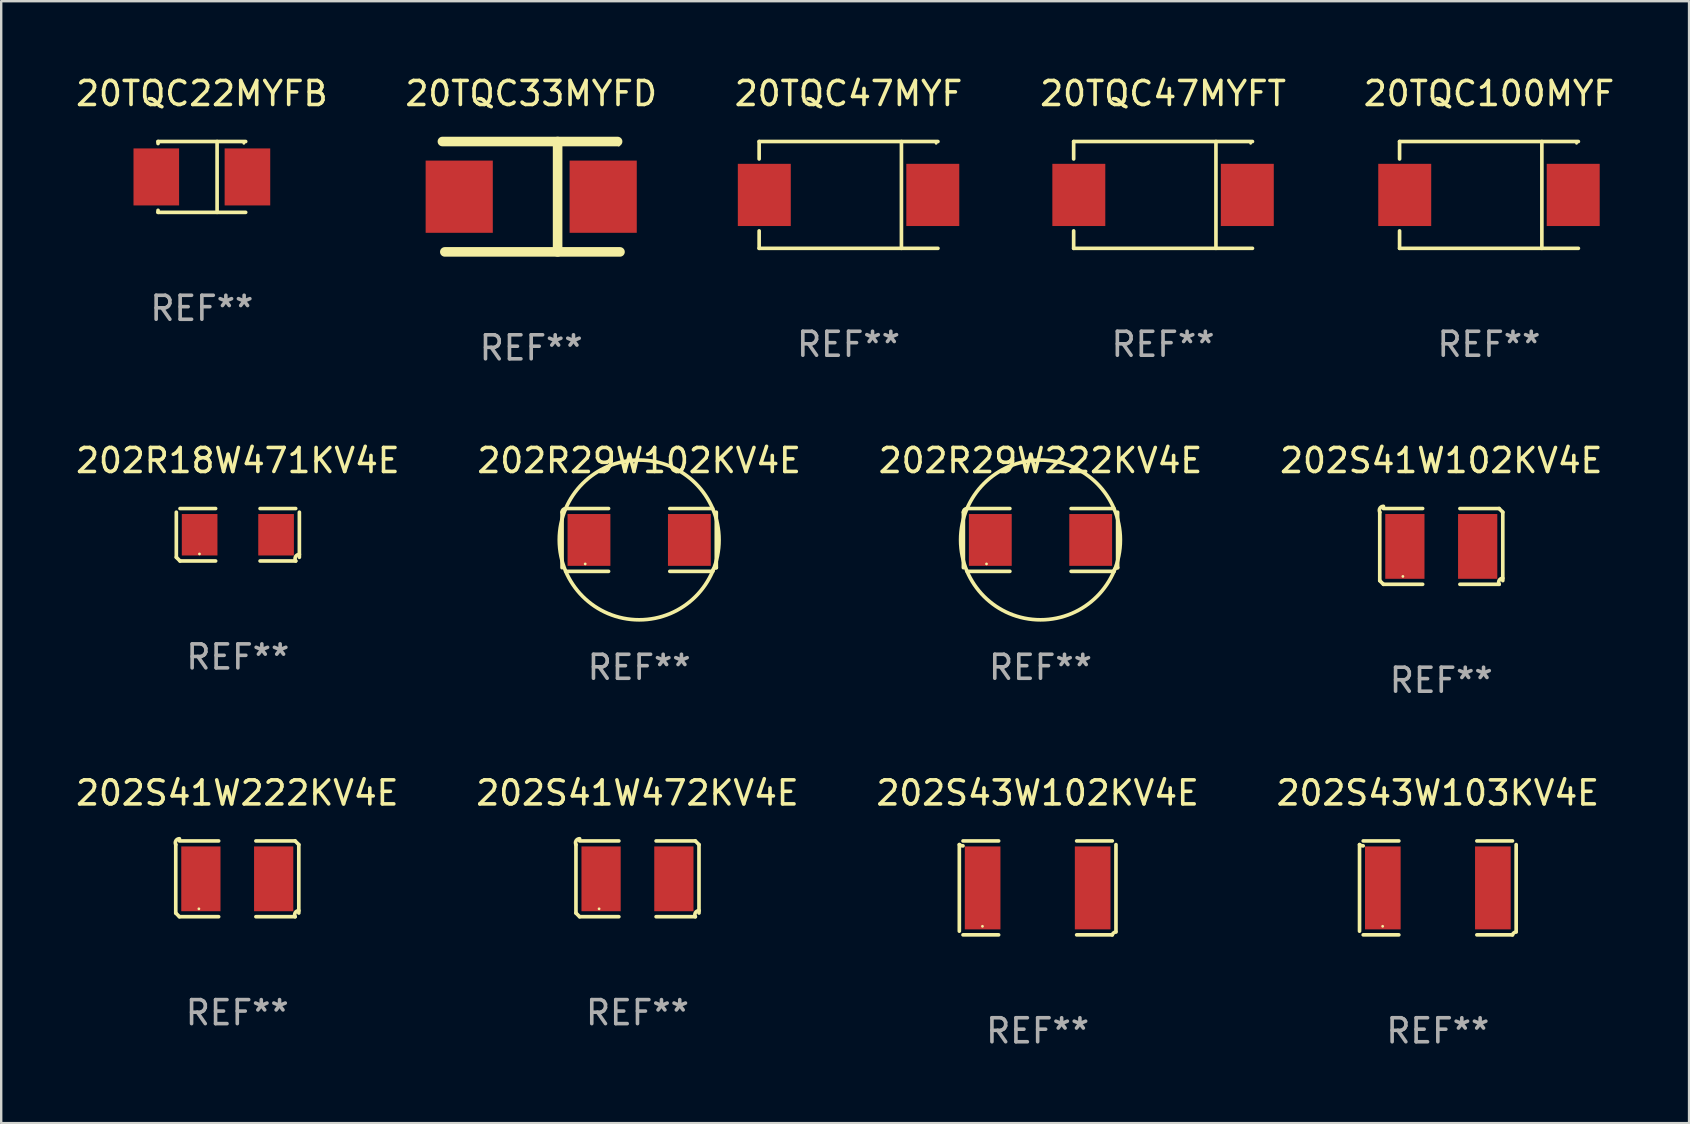
<source format=kicad_pcb>
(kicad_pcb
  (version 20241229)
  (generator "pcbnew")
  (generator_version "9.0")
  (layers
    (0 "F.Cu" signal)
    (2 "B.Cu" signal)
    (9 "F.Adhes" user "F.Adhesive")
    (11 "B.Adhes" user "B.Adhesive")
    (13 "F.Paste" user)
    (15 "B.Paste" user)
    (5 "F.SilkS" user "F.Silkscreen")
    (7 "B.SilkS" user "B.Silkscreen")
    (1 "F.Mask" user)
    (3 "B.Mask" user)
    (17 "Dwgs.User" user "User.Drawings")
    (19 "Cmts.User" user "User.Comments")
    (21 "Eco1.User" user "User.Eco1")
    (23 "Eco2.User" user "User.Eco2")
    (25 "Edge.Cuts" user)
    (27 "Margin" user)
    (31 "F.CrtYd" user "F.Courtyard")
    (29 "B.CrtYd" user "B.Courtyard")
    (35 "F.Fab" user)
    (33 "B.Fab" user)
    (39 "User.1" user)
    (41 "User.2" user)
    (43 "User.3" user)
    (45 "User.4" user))
  (footprint "20TQC22MYFB"
    (layer "F.Cu")
    (at 5.363 4.324)
    (property "Reference" "20TQC22MYFB" (at 0 -3.476 0) (layer "F.SilkS") (effects (font (size 1 1) (thickness 0.15))))
    (attr through_hole)
    (fp_line (start -1.826 -1.476) (end -1.826 -1.391) (stroke (width 0.152) (type solid)) (layer "F.SilkS"))
    (fp_line (start -1.826 -1.476) (end 1.826 -1.476) (stroke (width 0.152) (type solid)) (layer "F.SilkS"))
    (fp_line (start -1.826 1.476) (end -1.826 1.391) (stroke (width 0.152) (type solid)) (layer "F.SilkS"))
    (fp_line (start -1.826 1.476) (end 1.826 1.476) (stroke (width 0.152) (type solid)) (layer "F.SilkS"))
    (fp_line (start 0.635 -1.476) (end 0.635 1.476) (stroke (width 0.152) (type solid)) (layer "F.SilkS"))
    (fp_circle (center 1.75 -1.4) (end 1.78 -1.4) (stroke (width 0.06) (type solid)) (fill no) (layer "F.SilkS"))
    (fp_text user "REF**" (at 0 5.476 0) (layer "F.Fab") (effects (font (size 1 1) (thickness 0.15))))
    (pad "1" smd rect (at 1.899 0) (size 1.9 2.376) (layers "F.Cu" "F.Mask" "F.Paste"))
    (pad "2" smd rect (at -1.899 0) (size 1.9 2.376) (layers "F.Cu" "F.Mask" "F.Paste")))
  (footprint "202S41W102KV4E"
    (layer "F.Cu")
    (at 57.018 19.723)
    (property "Reference" "202S41W102KV4E" (at 0 -3.579 0) (layer "F.SilkS") (effects (font (size 1 1) (thickness 0.15))))
    (attr through_hole)
    (fp_line (start -2.564 1.426) (end -2.564 -1.426) (stroke (width 0.152) (type solid)) (layer "F.SilkS"))
    (fp_line (start -2.411 -1.579) (end -0.776 -1.579) (stroke (width 0.152) (type solid)) (layer "F.SilkS"))
    (fp_line (start -0.776 1.579) (end -2.411 1.579) (stroke (width 0.152) (type solid)) (layer "F.SilkS"))
    (fp_line (start 0.776 1.579) (end 2.411 1.579) (stroke (width 0.152) (type solid)) (layer "F.SilkS"))
    (fp_line (start 2.411 -1.579) (end 0.776 -1.579) (stroke (width 0.152) (type solid)) (layer "F.SilkS"))
    (fp_line (start 2.564 1.426) (end 2.564 -1.426) (stroke (width 0.152) (type solid)) (layer "F.SilkS"))
    (fp_arc (start -2.563602 -1.426213) (mid -2.555597 -1.591233) (end -2.411201 -1.671518) (stroke (width 0.1524) (type solid)) (layer "F.SilkS"))
    (fp_arc (start -2.5636 1.426214) (mid -2.487389 1.502402) (end -2.411201 1.578613) (stroke (width 0.1524) (type solid)) (layer "F.SilkS"))
    (fp_arc (start 2.411197 -1.578618) (mid 2.487403 -1.502419) (end 2.563602 -1.426213) (stroke (width 0.1524) (type solid)) (layer "F.SilkS"))
    (fp_arc (start 2.411201 1.578613) (mid 2.416214 1.409455) (end 2.563602 1.32629) (stroke (width 0.1524) (type solid)) (layer "F.SilkS"))
    (fp_circle (center -1.6 1.25) (end -1.57 1.25) (stroke (width 0.06) (type solid)) (fill no) (layer "F.SilkS"))
    (fp_text user "REF**" (at 0 5.579 0) (layer "F.Fab") (effects (font (size 1 1) (thickness 0.15))))
    (pad "1" smd rect (at -1.517 0) (size 1.635 2.7) (layers "F.Cu" "F.Mask" "F.Paste"))
    (pad "2" smd rect (at 1.517 0) (size 1.635 2.7) (layers "F.Cu" "F.Mask" "F.Paste")))
  (footprint "20TQC100MYF"
    (layer "F.Cu")
    (at 59.006 5.074)
    (property "Reference" "20TQC100MYF" (at 0 -4.226 0) (layer "F.SilkS") (effects (font (size 1 1) (thickness 0.15))))
    (attr through_hole)
    (fp_line (start -3.726 -2.226) (end -3.726 -1.499) (stroke (width 0.152) (type solid)) (layer "F.SilkS"))
    (fp_line (start -3.726 -2.226) (end 3.726 -2.226) (stroke (width 0.152) (type solid)) (layer "F.SilkS"))
    (fp_line (start -3.726 2.226) (end -3.726 1.499) (stroke (width 0.152) (type solid)) (layer "F.SilkS"))
    (fp_line (start -3.726 2.226) (end 3.726 2.226) (stroke (width 0.152) (type solid)) (layer "F.SilkS"))
    (fp_line (start 2.204 -2.226) (end 2.204 2.226) (stroke (width 0.152) (type solid)) (layer "F.SilkS"))
    (fp_circle (center 3.65 -2.15) (end 3.68 -2.15) (stroke (width 0.06) (type solid)) (fill no) (layer "F.SilkS"))
    (fp_text user "REF**" (at 0 6.226 0) (layer "F.Fab") (effects (font (size 1 1) (thickness 0.15))))
    (pad "1" smd rect (at 3.511 0) (size 2.207 2.592) (layers "F.Cu" "F.Mask" "F.Paste"))
    (pad "2" smd rect (at -3.511 0) (size 2.207 2.592) (layers "F.Cu" "F.Mask" "F.Paste")))
  (footprint "202S43W103KV4E"
    (layer "F.Cu")
    (at 56.875 33.955)
    (property "Reference" "202S43W103KV4E" (at 0 -3.957 0) (layer "F.SilkS") (effects (font (size 1 1) (thickness 0.15))))
    (attr through_hole)
    (fp_line (start -3.264 1.804) (end -3.264 -1.804) (stroke (width 0.152) (type solid)) (layer "F.SilkS"))
    (fp_line (start -3.111 -1.957) (end -1.626 -1.957) (stroke (width 0.152) (type solid)) (layer "F.SilkS"))
    (fp_line (start -1.626 1.957) (end -3.111 1.957) (stroke (width 0.152) (type solid)) (layer "F.SilkS"))
    (fp_line (start 1.626 1.957) (end 3.111 1.957) (stroke (width 0.152) (type solid)) (layer "F.SilkS"))
    (fp_line (start 3.111 -1.957) (end 1.626 -1.957) (stroke (width 0.152) (type solid)) (layer "F.SilkS"))
    (fp_line (start 3.264 1.804) (end 3.264 -1.804) (stroke (width 0.152) (type solid)) (layer "F.SilkS"))
    (fp_arc (start -3.111202 -1.752192) (mid -3.191715 -1.76555) (end -3.263602 -1.804191) (stroke (width 0.1524) (type solid)) (layer "F.SilkS"))
    (fp_arc (start 3.111201 1.956591) (mid 3.167789 1.872777) (end 3.263602 1.840424) (stroke (width 0.1524) (type solid)) (layer "F.SilkS"))
    (fp_circle (center -2.3 1.6) (end -2.27 1.6) (stroke (width 0.06) (type solid)) (fill no) (layer "F.SilkS"))
    (fp_text user "REF**" (at 0 5.957 0) (layer "F.Fab") (effects (font (size 1 1) (thickness 0.15))))
    (pad "1" smd rect (at -2.293 0) (size 1.485 3.456) (layers "F.Cu" "F.Mask" "F.Paste"))
    (pad "2" smd rect (at 2.293 0) (size 1.485 3.456) (layers "F.Cu" "F.Mask" "F.Paste")))
  (footprint "20TQC33MYFD"
    (layer "F.Cu")
    (at 19.089 5.148)
    (property "Reference" "20TQC33MYFD" (at 0 -4.3 0) (layer "F.SilkS") (effects (font (size 1 1) (thickness 0.15))))
    (attr through_hole)
    (fp_line (start -3.7 -2.3) (end 3.6 -2.3) (stroke (width 0.4) (type solid)) (layer "F.SilkS"))
    (fp_line (start 1.1 2.3) (end 1.101 -2.3) (stroke (width 0.4) (type solid)) (layer "F.SilkS"))
    (fp_line (start 3.7 2.3) (end -3.6 2.3) (stroke (width 0.4) (type solid)) (layer "F.SilkS"))
    (fp_circle (center 3.65 -2.15) (end 3.68 -2.15) (stroke (width 0.06) (type solid)) (fill no) (layer "F.SilkS"))
    (fp_text user "REF**" (at 0 6.3 0) (layer "F.Fab") (effects (font (size 1 1) (thickness 0.15))))
    (pad "1" smd rect (at 3 0 180) (size 2.799 3.01) (layers "F.Cu" "F.Mask" "F.Paste"))
    (pad "2" smd rect (at -3 0 180) (size 2.799 3.01) (layers "F.Cu" "F.Mask" "F.Paste")))
  (footprint "20TQC47MYFT"
    (layer "F.Cu")
    (at 45.423 5.074)
    (property "Reference" "20TQC47MYFT" (at 0 -4.226 0) (layer "F.SilkS") (effects (font (size 1 1) (thickness 0.15))))
    (attr through_hole)
    (fp_line (start -3.726 -2.226) (end -3.726 -1.499) (stroke (width 0.152) (type solid)) (layer "F.SilkS"))
    (fp_line (start -3.726 -2.226) (end 3.726 -2.226) (stroke (width 0.152) (type solid)) (layer "F.SilkS"))
    (fp_line (start -3.726 2.226) (end -3.726 1.499) (stroke (width 0.152) (type solid)) (layer "F.SilkS"))
    (fp_line (start -3.726 2.226) (end 3.726 2.226) (stroke (width 0.152) (type solid)) (layer "F.SilkS"))
    (fp_line (start 2.204 -2.226) (end 2.204 2.226) (stroke (width 0.152) (type solid)) (layer "F.SilkS"))
    (fp_circle (center 3.65 -2.15) (end 3.68 -2.15) (stroke (width 0.06) (type solid)) (fill no) (layer "F.SilkS"))
    (fp_text user "REF**" (at 0 6.226 0) (layer "F.Fab") (effects (font (size 1 1) (thickness 0.15))))
    (pad "1" smd rect (at 3.511 0) (size 2.207 2.592) (layers "F.Cu" "F.Mask" "F.Paste"))
    (pad "2" smd rect (at -3.511 0) (size 2.207 2.592) (layers "F.Cu" "F.Mask" "F.Paste")))
  (footprint "202S41W472KV4E"
    (layer "F.Cu")
    (at 23.518 33.577)
    (property "Reference" "202S41W472KV4E" (at 0 -3.579 0) (layer "F.SilkS") (effects (font (size 1 1) (thickness 0.15))))
    (attr through_hole)
    (fp_line (start -2.564 1.426) (end -2.564 -1.426) (stroke (width 0.152) (type solid)) (layer "F.SilkS"))
    (fp_line (start -2.411 -1.579) (end -0.776 -1.579) (stroke (width 0.152) (type solid)) (layer "F.SilkS"))
    (fp_line (start -0.776 1.579) (end -2.411 1.579) (stroke (width 0.152) (type solid)) (layer "F.SilkS"))
    (fp_line (start 0.776 1.579) (end 2.411 1.579) (stroke (width 0.152) (type solid)) (layer "F.SilkS"))
    (fp_line (start 2.411 -1.579) (end 0.776 -1.579) (stroke (width 0.152) (type solid)) (layer "F.SilkS"))
    (fp_line (start 2.564 1.426) (end 2.564 -1.426) (stroke (width 0.152) (type solid)) (layer "F.SilkS"))
    (fp_arc (start -2.563602 -1.426213) (mid -2.555597 -1.591233) (end -2.411201 -1.671518) (stroke (width 0.1524) (type solid)) (layer "F.SilkS"))
    (fp_arc (start -2.5636 1.426214) (mid -2.487389 1.502402) (end -2.411201 1.578613) (stroke (width 0.1524) (type solid)) (layer "F.SilkS"))
    (fp_arc (start 2.411197 -1.578618) (mid 2.487403 -1.502419) (end 2.563602 -1.426213) (stroke (width 0.1524) (type solid)) (layer "F.SilkS"))
    (fp_arc (start 2.411201 1.578613) (mid 2.416214 1.409455) (end 2.563602 1.32629) (stroke (width 0.1524) (type solid)) (layer "F.SilkS"))
    (fp_circle (center -1.6 1.25) (end -1.57 1.25) (stroke (width 0.06) (type solid)) (fill no) (layer "F.SilkS"))
    (fp_text user "REF**" (at 0 5.579 0) (layer "F.Fab") (effects (font (size 1 1) (thickness 0.15))))
    (pad "1" smd rect (at -1.517 0) (size 1.635 2.7) (layers "F.Cu" "F.Mask" "F.Paste"))
    (pad "2" smd rect (at 1.517 0) (size 1.635 2.7) (layers "F.Cu" "F.Mask" "F.Paste")))
  (footprint "202R29W102KV4E"
    (layer "F.Cu")
    (at 23.589 19.453)
    (property "Reference" "202R29W102KV4E" (at 0 -3.309 0) (layer "F.SilkS") (effects (font (size 1 1) (thickness 0.15))))
    (attr through_hole)
    (fp_line (start -3.214 -1.156) (end -3.214 1.156) (stroke (width 0.152) (type solid)) (layer "F.SilkS"))
    (fp_line (start -3.061 1.309) (end -1.276 1.309) (stroke (width 0.152) (type solid)) (layer "F.SilkS"))
    (fp_line (start -1.276 -1.309) (end -3.061 -1.309) (stroke (width 0.152) (type solid)) (layer "F.SilkS"))
    (fp_line (start 1.276 -1.309) (end 3.061 -1.309) (stroke (width 0.152) (type solid)) (layer "F.SilkS"))
    (fp_line (start 3.061 1.309) (end 1.276 1.309) (stroke (width 0.152) (type solid)) (layer "F.SilkS"))
    (fp_line (start 3.214 -1.156) (end 3.214 1.156) (stroke (width 0.152) (type solid)) (layer "F.SilkS"))
    (fp_arc (start -3.21359 -1.15621) (mid -3.168953 -1.263974) (end -3.061189 -1.308611) (stroke (width 0.1524) (type solid)) (layer "F.SilkS"))
    (fp_arc (start 3.061188 1.308611) (mid 3.105825 1.200847) (end 3.213589 1.15621) (stroke (width 0.1524) (type solid)) (layer "F.SilkS"))
    (fp_arc (start 3.061189 -1.308611) (mid -3.061167 1.308589) (end 3.061189 -1.308611) (stroke (width 0.1524) (type solid)) (layer "F.SilkS"))
    (fp_circle (center -2.25 1) (end -2.22 1) (stroke (width 0.06) (type solid)) (fill no) (layer "F.SilkS"))
    (fp_text user "REF**" (at 0 5.309 0) (layer "F.Fab") (effects (font (size 1 1) (thickness 0.15))))
    (pad "1" smd rect (at -2.092 0) (size 1.785 2.16) (layers "F.Cu" "F.Mask" "F.Paste"))
    (pad "2" smd rect (at 2.092 0) (size 1.785 2.16) (layers "F.Cu" "F.Mask" "F.Paste")))
  (footprint "202S41W222KV4E"
    (layer "F.Cu")
    (at 6.839 33.577)
    (property "Reference" "202S41W222KV4E" (at 0 -3.579 0) (layer "F.SilkS") (effects (font (size 1 1) (thickness 0.15))))
    (attr through_hole)
    (fp_line (start -2.564 1.426) (end -2.564 -1.426) (stroke (width 0.152) (type solid)) (layer "F.SilkS"))
    (fp_line (start -2.411 -1.579) (end -0.776 -1.579) (stroke (width 0.152) (type solid)) (layer "F.SilkS"))
    (fp_line (start -0.776 1.579) (end -2.411 1.579) (stroke (width 0.152) (type solid)) (layer "F.SilkS"))
    (fp_line (start 0.776 1.579) (end 2.411 1.579) (stroke (width 0.152) (type solid)) (layer "F.SilkS"))
    (fp_line (start 2.411 -1.579) (end 0.776 -1.579) (stroke (width 0.152) (type solid)) (layer "F.SilkS"))
    (fp_line (start 2.564 1.426) (end 2.564 -1.426) (stroke (width 0.152) (type solid)) (layer "F.SilkS"))
    (fp_arc (start -2.563602 -1.426213) (mid -2.555597 -1.591233) (end -2.411201 -1.671518) (stroke (width 0.1524) (type solid)) (layer "F.SilkS"))
    (fp_arc (start -2.5636 1.426214) (mid -2.487389 1.502402) (end -2.411201 1.578613) (stroke (width 0.1524) (type solid)) (layer "F.SilkS"))
    (fp_arc (start 2.411197 -1.578618) (mid 2.487403 -1.502419) (end 2.563602 -1.426213) (stroke (width 0.1524) (type solid)) (layer "F.SilkS"))
    (fp_arc (start 2.411201 1.578613) (mid 2.416214 1.409455) (end 2.563602 1.32629) (stroke (width 0.1524) (type solid)) (layer "F.SilkS"))
    (fp_circle (center -1.6 1.25) (end -1.57 1.25) (stroke (width 0.06) (type solid)) (fill no) (layer "F.SilkS"))
    (fp_text user "REF**" (at 0 5.579 0) (layer "F.Fab") (effects (font (size 1 1) (thickness 0.15))))
    (pad "1" smd rect (at -1.517 0) (size 1.635 2.7) (layers "F.Cu" "F.Mask" "F.Paste"))
    (pad "2" smd rect (at 1.517 0) (size 1.635 2.7) (layers "F.Cu" "F.Mask" "F.Paste")))
  (footprint "202S43W102KV4E"
    (layer "F.Cu")
    (at 40.196 33.955)
    (property "Reference" "202S43W102KV4E" (at 0 -3.957 0) (layer "F.SilkS") (effects (font (size 1 1) (thickness 0.15))))
    (attr through_hole)
    (fp_line (start -3.264 1.804) (end -3.264 -1.804) (stroke (width 0.152) (type solid)) (layer "F.SilkS"))
    (fp_line (start -3.111 -1.957) (end -1.626 -1.957) (stroke (width 0.152) (type solid)) (layer "F.SilkS"))
    (fp_line (start -1.626 1.957) (end -3.111 1.957) (stroke (width 0.152) (type solid)) (layer "F.SilkS"))
    (fp_line (start 1.626 1.957) (end 3.111 1.957) (stroke (width 0.152) (type solid)) (layer "F.SilkS"))
    (fp_line (start 3.111 -1.957) (end 1.626 -1.957) (stroke (width 0.152) (type solid)) (layer "F.SilkS"))
    (fp_line (start 3.264 1.804) (end 3.264 -1.804) (stroke (width 0.152) (type solid)) (layer "F.SilkS"))
    (fp_arc (start -3.111202 -1.752192) (mid -3.191715 -1.76555) (end -3.263602 -1.804191) (stroke (width 0.1524) (type solid)) (layer "F.SilkS"))
    (fp_arc (start 3.111201 1.956591) (mid 3.167789 1.872777) (end 3.263602 1.840424) (stroke (width 0.1524) (type solid)) (layer "F.SilkS"))
    (fp_circle (center -2.3 1.6) (end -2.27 1.6) (stroke (width 0.06) (type solid)) (fill no) (layer "F.SilkS"))
    (fp_text user "REF**" (at 0 5.957 0) (layer "F.Fab") (effects (font (size 1 1) (thickness 0.15))))
    (pad "1" smd rect (at -2.293 0) (size 1.485 3.456) (layers "F.Cu" "F.Mask" "F.Paste"))
    (pad "2" smd rect (at 2.293 0) (size 1.485 3.456) (layers "F.Cu" "F.Mask" "F.Paste")))
  (footprint "202R18W471KV4E"
    (layer "F.Cu")
    (at 6.863 19.237)
    (property "Reference" "202R18W471KV4E" (at 0 -3.093 0) (layer "F.SilkS") (effects (font (size 1 1) (thickness 0.15))))
    (attr through_hole)
    (fp_line (start -2.564 0.94) (end -2.564 -0.94) (stroke (width 0.152) (type solid)) (layer "F.SilkS"))
    (fp_line (start -2.411 -1.093) (end -0.926 -1.093) (stroke (width 0.152) (type solid)) (layer "F.SilkS"))
    (fp_line (start -0.926 1.093) (end -2.411 1.093) (stroke (width 0.152) (type solid)) (layer "F.SilkS"))
    (fp_line (start 0.926 1.093) (end 2.411 1.093) (stroke (width 0.152) (type solid)) (layer "F.SilkS"))
    (fp_line (start 2.411 -1.093) (end 0.926 -1.093) (stroke (width 0.152) (type solid)) (layer "F.SilkS"))
    (fp_line (start 2.564 0.94) (end 2.564 -0.94) (stroke (width 0.152) (type solid)) (layer "F.SilkS"))
    (fp_arc (start -2.411201 1.092609) (mid -2.487413 1.01642) (end -2.563602 0.940208) (stroke (width 0.1524) (type solid)) (layer "F.SilkS"))
    (fp_arc (start 2.411201 1.092609) (mid 2.407159 0.911226) (end 2.563602 0.819347) (stroke (width 0.1524) (type solid)) (layer "F.SilkS"))
    (fp_circle (center -1.6 0.8) (end -1.57 0.8) (stroke (width 0.06) (type solid)) (fill no) (layer "F.SilkS"))
    (fp_text user "REF**" (at 0 5.093 0) (layer "F.Fab") (effects (font (size 1 1) (thickness 0.15))))
    (pad "1" smd rect (at -1.593 0) (size 1.485 1.728) (layers "F.Cu" "F.Mask" "F.Paste"))
    (pad "2" smd rect (at 1.593 0) (size 1.485 1.728) (layers "F.Cu" "F.Mask" "F.Paste")))
  (footprint "202R29W222KV4E"
    (layer "F.Cu")
    (at 40.315 19.453)
    (property "Reference" "202R29W222KV4E" (at 0 -3.309 0) (layer "F.SilkS") (effects (font (size 1 1) (thickness 0.15))))
    (attr through_hole)
    (fp_line (start -3.214 -1.156) (end -3.214 1.156) (stroke (width 0.152) (type solid)) (layer "F.SilkS"))
    (fp_line (start -3.061 1.309) (end -1.276 1.309) (stroke (width 0.152) (type solid)) (layer "F.SilkS"))
    (fp_line (start -1.276 -1.309) (end -3.061 -1.309) (stroke (width 0.152) (type solid)) (layer "F.SilkS"))
    (fp_line (start 1.276 -1.309) (end 3.061 -1.309) (stroke (width 0.152) (type solid)) (layer "F.SilkS"))
    (fp_line (start 3.061 1.309) (end 1.276 1.309) (stroke (width 0.152) (type solid)) (layer "F.SilkS"))
    (fp_line (start 3.214 -1.156) (end 3.214 1.156) (stroke (width 0.152) (type solid)) (layer "F.SilkS"))
    (fp_arc (start -3.21359 -1.15621) (mid -3.168953 -1.263974) (end -3.061189 -1.308611) (stroke (width 0.1524) (type solid)) (layer "F.SilkS"))
    (fp_arc (start 3.061188 1.308611) (mid 3.105825 1.200847) (end 3.213589 1.15621) (stroke (width 0.1524) (type solid)) (layer "F.SilkS"))
    (fp_arc (start 3.061189 -1.308611) (mid -3.061167 1.308589) (end 3.061189 -1.308611) (stroke (width 0.1524) (type solid)) (layer "F.SilkS"))
    (fp_circle (center -2.25 1) (end -2.22 1) (stroke (width 0.06) (type solid)) (fill no) (layer "F.SilkS"))
    (fp_text user "REF**" (at 0 5.309 0) (layer "F.Fab") (effects (font (size 1 1) (thickness 0.15))))
    (pad "1" smd rect (at -2.092 0) (size 1.785 2.16) (layers "F.Cu" "F.Mask" "F.Paste"))
    (pad "2" smd rect (at 2.092 0) (size 1.785 2.16) (layers "F.Cu" "F.Mask" "F.Paste")))
  (footprint "20TQC47MYF"
    (layer "F.Cu")
    (at 32.315 5.074)
    (property "Reference" "20TQC47MYF" (at 0 -4.226 0) (layer "F.SilkS") (effects (font (size 1 1) (thickness 0.15))))
    (attr through_hole)
    (fp_line (start -3.726 -2.226) (end -3.726 -1.499) (stroke (width 0.152) (type solid)) (layer "F.SilkS"))
    (fp_line (start -3.726 -2.226) (end 3.726 -2.226) (stroke (width 0.152) (type solid)) (layer "F.SilkS"))
    (fp_line (start -3.726 2.226) (end -3.726 1.499) (stroke (width 0.152) (type solid)) (layer "F.SilkS"))
    (fp_line (start -3.726 2.226) (end 3.726 2.226) (stroke (width 0.152) (type solid)) (layer "F.SilkS"))
    (fp_line (start 2.204 -2.226) (end 2.204 2.226) (stroke (width 0.152) (type solid)) (layer "F.SilkS"))
    (fp_circle (center 3.65 -2.15) (end 3.68 -2.15) (stroke (width 0.06) (type solid)) (fill no) (layer "F.SilkS"))
    (fp_text user "REF**" (at 0 6.226 0) (layer "F.Fab") (effects (font (size 1 1) (thickness 0.15))))
    (pad "1" smd rect (at 3.511 0) (size 2.207 2.592) (layers "F.Cu" "F.Mask" "F.Paste"))
    (pad "2" smd rect (at -3.511 0) (size 2.207 2.592) (layers "F.Cu" "F.Mask" "F.Paste")))
  (gr_rect
    (start -3 -3)
    (end 67.345 43.76)
    (stroke (width 0.1) (type default))
    (fill no)
    (layer "Edge.Cuts")))
</source>
